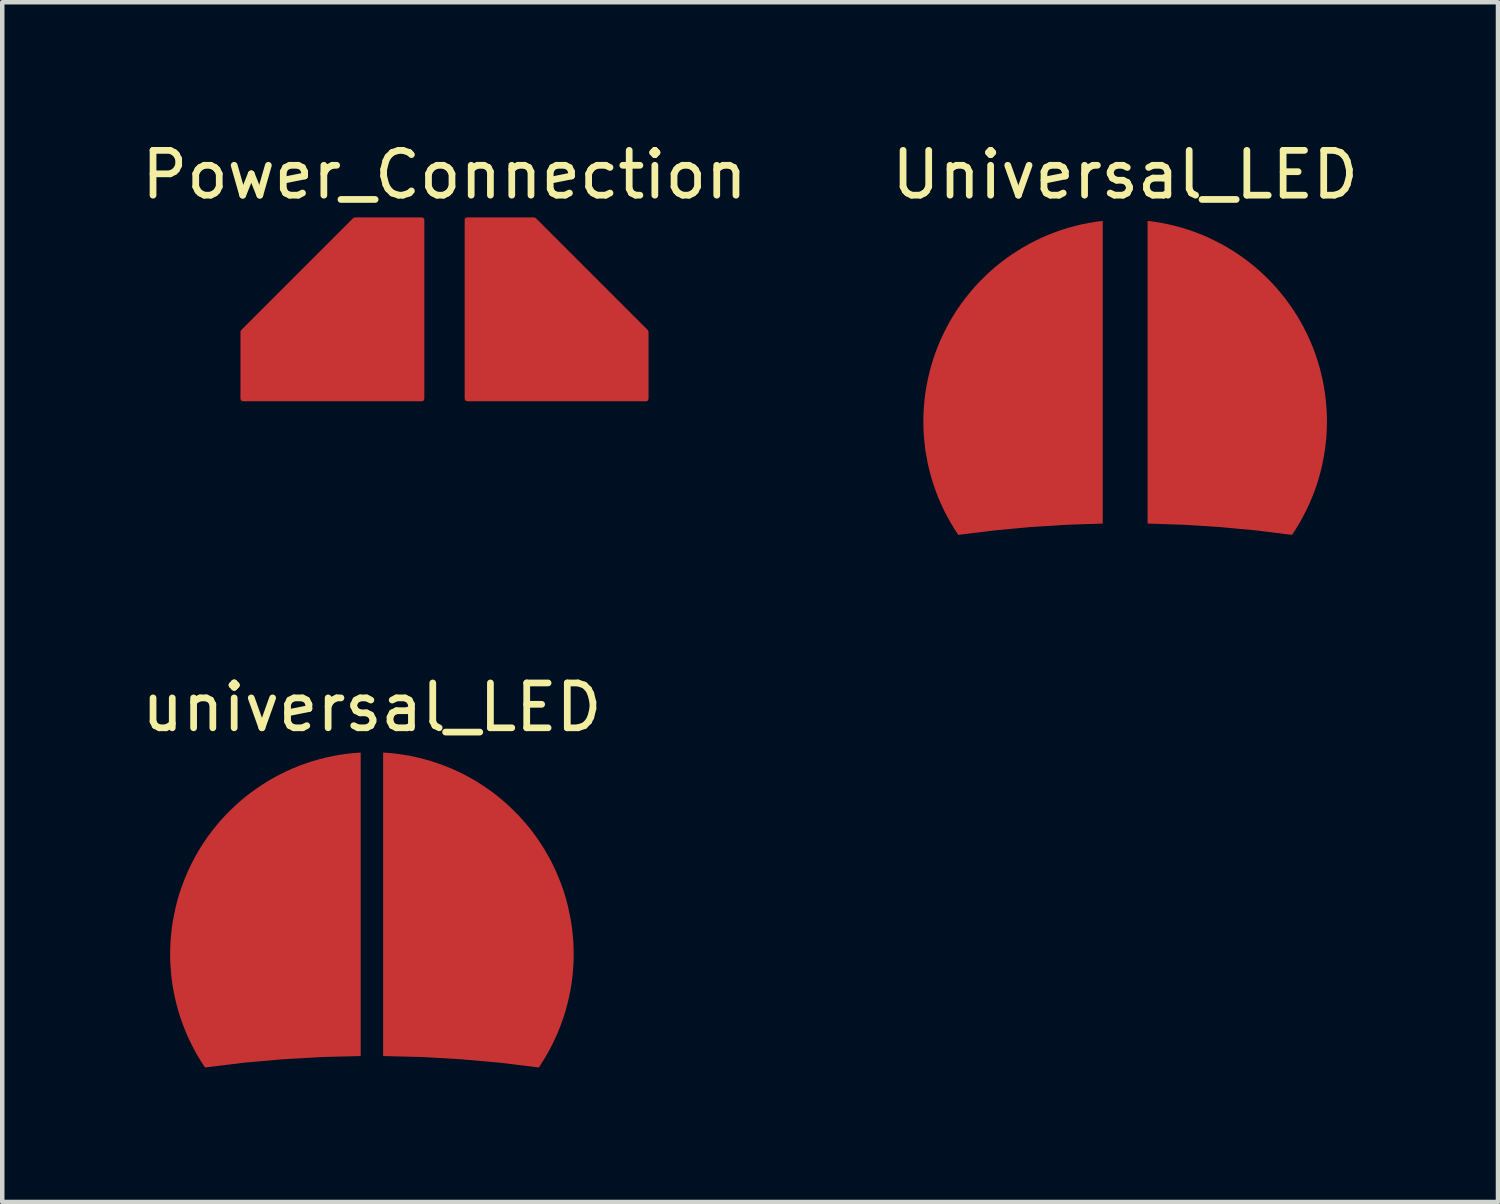
<source format=kicad_pcb>
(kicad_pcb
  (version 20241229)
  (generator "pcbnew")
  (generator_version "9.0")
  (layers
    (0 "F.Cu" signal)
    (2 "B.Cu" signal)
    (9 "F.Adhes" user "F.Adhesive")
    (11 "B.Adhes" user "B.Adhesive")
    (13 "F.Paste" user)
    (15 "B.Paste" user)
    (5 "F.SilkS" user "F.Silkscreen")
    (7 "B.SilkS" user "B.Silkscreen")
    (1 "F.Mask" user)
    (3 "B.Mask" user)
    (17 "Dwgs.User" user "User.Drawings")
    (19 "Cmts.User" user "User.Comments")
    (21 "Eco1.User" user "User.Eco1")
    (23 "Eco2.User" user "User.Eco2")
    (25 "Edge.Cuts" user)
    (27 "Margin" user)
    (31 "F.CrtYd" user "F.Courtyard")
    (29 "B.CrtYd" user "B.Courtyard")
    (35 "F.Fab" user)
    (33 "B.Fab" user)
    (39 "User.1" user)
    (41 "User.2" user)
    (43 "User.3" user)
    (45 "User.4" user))
  (footprint "universal_LED"
    (layer "F.Cu")
    (at 5.244 18.226)
    (property "Reference" "universal_LED" (at 0 -5.5 0) (layer "F.SilkS") (effects (font (size 1 1) (thickness 0.15))))
    (attr smd)
    (pad "1" smd custom (at -1.25 0) (size 2 2) (layers "F.Cu" "F.Mask" "F.Paste") (options (anchor rect)) (primitives (gr_poly (pts (xy 0.845 -4.482) (xy 0.69 -4.465) (xy 0.535 -4.443) (xy 0.382 -4.416) (xy 0.23 -4.383) (xy 0.079 -4.345) (xy -0.071 -4.302) (xy -0.219 -4.253) (xy -0.366 -4.2) (xy -0.51 -4.142) (xy -0.652 -4.078) (xy -0.792 -4.01) (xy -0.93 -3.937) (xy -1.065 -3.859) (xy -1.197 -3.776) (xy -1.326 -3.689) (xy -1.453 -3.598) (xy -1.576 -3.502) (xy -1.695 -3.402) (xy -1.811 -3.298) (xy -1.923 -3.19) (xy -2.032 -3.079) (xy -2.137 -2.963) (xy -2.237 -2.844) (xy -2.334 -2.722) (xy -2.426 -2.596) (xy -2.513 -2.467) (xy -2.596 -2.336) (xy -2.675 -2.201) (xy -2.749 -2.064) (xy -2.818 -1.924) (xy -2.882 -1.782) (xy -2.941 -1.638) (xy -2.995 -1.492) (xy -3.045 -1.344) (xy -3.089 -1.195) (xy -3.127 -1.044) (xy -3.189 -0.738) (xy -3.212 -0.584) (xy -3.229 -0.429) (xy -3.242 -0.274) (xy -3.248 -0.118) (xy -3.25 0.037) (xy -3.246 0.193) (xy -3.236 0.349) (xy -3.222 0.504) (xy -3.202 0.658) (xy -3.176 0.812) (xy -3.145 0.965) (xy -3.109 1.116) (xy -3.068 1.267) (xy -3.022 1.415) (xy -2.97 1.562) (xy -2.913 1.708) (xy -2.852 1.851) (xy -2.785 1.992) (xy -2.714 2.13) (xy -2.638 2.266) (xy -2.557 2.399) (xy -2.472 2.53) (xy -1.607 2.424) (xy -0.74 2.347) (xy 0.129 2.297) (xy 1 2.275) (xy 1 -4.493)) (width 0) (fill yes))))
    (pad "2" smd custom (at 1.25 0) (size 2 2) (layers "F.Cu" "F.Mask" "F.Paste") (options (anchor rect)) (primitives (gr_poly (pts (xy -0.845 -4.482) (xy -0.69 -4.465) (xy -0.535 -4.443) (xy -0.382 -4.416) (xy -0.23 -4.383) (xy -0.079 -4.345) (xy 0.071 -4.302) (xy 0.219 -4.253) (xy 0.366 -4.2) (xy 0.51 -4.142) (xy 0.652 -4.078) (xy 0.792 -4.01) (xy 0.93 -3.937) (xy 1.065 -3.859) (xy 1.197 -3.776) (xy 1.326 -3.689) (xy 1.453 -3.598) (xy 1.576 -3.502) (xy 1.695 -3.402) (xy 1.811 -3.298) (xy 1.923 -3.19) (xy 2.032 -3.079) (xy 2.137 -2.963) (xy 2.237 -2.844) (xy 2.334 -2.722) (xy 2.426 -2.596) (xy 2.513 -2.467) (xy 2.596 -2.336) (xy 2.675 -2.201) (xy 2.749 -2.064) (xy 2.818 -1.924) (xy 2.882 -1.782) (xy 2.941 -1.638) (xy 2.995 -1.492) (xy 3.045 -1.344) (xy 3.089 -1.195) (xy 3.127 -1.044) (xy 3.189 -0.738) (xy 3.212 -0.584) (xy 3.229 -0.429) (xy 3.242 -0.274) (xy 3.248 -0.118) (xy 3.25 0.037) (xy 3.246 0.193) (xy 3.236 0.349) (xy 3.222 0.504) (xy 3.202 0.658) (xy 3.176 0.812) (xy 3.145 0.965) (xy 3.109 1.116) (xy 3.068 1.267) (xy 3.022 1.415) (xy 2.97 1.562) (xy 2.913 1.708) (xy 2.852 1.851) (xy 2.785 1.992) (xy 2.714 2.13) (xy 2.638 2.266) (xy 2.557 2.399) (xy 2.472 2.53) (xy 1.607 2.424) (xy 0.74 2.347) (xy -0.129 2.297) (xy -1 2.275) (xy -1 -4.493)) (width 0) (fill yes)))))
  (footprint "Universal_LED"
    (layer "F.Cu")
    (at 22.042 6.348)
    (property "Reference" "Universal_LED" (at 0 -5.5 0) (layer "F.SilkS") (effects (font (size 1 1) (thickness 0.15))))
    (attr smd)
    (pad "1" smd custom (at -2 -1) (size 2 2) (layers "F.Cu" "F.Mask" "F.Paste") (options (anchor rect)) (primitives (gr_poly (pts (xy 1.5 3.278) (xy 0.692 3.305) (xy -0.115 3.356) (xy -0.919 3.431) (xy -1.722 3.53) (xy -1.808 3.398) (xy -1.889 3.264) (xy -1.965 3.127) (xy -2.037 2.988) (xy -2.104 2.846) (xy -2.166 2.702) (xy -2.223 2.556) (xy -2.274 2.408) (xy -2.321 2.258) (xy -2.362 2.106) (xy -2.398 1.954) (xy -2.428 1.8) (xy -2.454 1.645) (xy -2.473 1.489) (xy -2.488 1.333) (xy -2.497 1.177) (xy -2.5 1.02) (xy -2.498 0.863) (xy -2.49 0.706) (xy -2.477 0.55) (xy -2.459 0.394) (xy -2.435 0.239) (xy -2.406 0.085) (xy -2.371 -0.068) (xy -2.332 -0.219) (xy -2.287 -0.37) (xy -2.236 -0.518) (xy -2.181 -0.665) (xy -2.12 -0.81) (xy -2.055 -0.952) (xy -1.984 -1.092) (xy -1.909 -1.23) (xy -1.829 -1.365) (xy -1.744 -1.497) (xy -1.655 -1.625) (xy -1.561 -1.751) (xy -1.463 -1.874) (xy -1.361 -1.993) (xy -1.254 -2.108) (xy -1.144 -2.219) (xy -1.03 -2.327) (xy -0.912 -2.431) (xy -0.791 -2.53) (xy -0.666 -2.625) (xy -0.538 -2.716) (xy -0.407 -2.802) (xy -0.273 -2.884) (xy -0.137 -2.96) (xy 0.003 -3.032) (xy 0.144 -3.1) (xy 0.288 -3.162) (xy 0.434 -3.219) (xy 0.582 -3.271) (xy 0.732 -3.318) (xy 0.883 -3.359) (xy 1.036 -3.396) (xy 1.19 -3.426) (xy 1.344 -3.452) (xy 1.5 -3.472)) (width 0) (fill yes))))
    (pad "2" smd custom (at 2 -1) (size 2 2) (layers "F.Cu" "F.Mask" "F.Paste") (options (anchor rect)) (primitives (gr_poly (pts (xy -1.5 3.278) (xy -0.692 3.305) (xy 0.115 3.356) (xy 0.919 3.431) (xy 1.722 3.53) (xy 1.808 3.398) (xy 1.889 3.264) (xy 1.965 3.127) (xy 2.037 2.988) (xy 2.104 2.846) (xy 2.166 2.702) (xy 2.223 2.556) (xy 2.274 2.408) (xy 2.321 2.258) (xy 2.362 2.106) (xy 2.398 1.954) (xy 2.428 1.8) (xy 2.454 1.645) (xy 2.473 1.489) (xy 2.488 1.333) (xy 2.497 1.177) (xy 2.5 1.02) (xy 2.498 0.863) (xy 2.49 0.706) (xy 2.477 0.55) (xy 2.459 0.394) (xy 2.435 0.239) (xy 2.406 0.085) (xy 2.371 -0.068) (xy 2.332 -0.219) (xy 2.287 -0.37) (xy 2.236 -0.518) (xy 2.181 -0.665) (xy 2.12 -0.81) (xy 2.055 -0.952) (xy 1.984 -1.092) (xy 1.909 -1.23) (xy 1.829 -1.365) (xy 1.744 -1.497) (xy 1.655 -1.625) (xy 1.561 -1.751) (xy 1.463 -1.874) (xy 1.361 -1.993) (xy 1.254 -2.108) (xy 1.144 -2.219) (xy 1.03 -2.327) (xy 0.912 -2.431) (xy 0.791 -2.53) (xy 0.666 -2.625) (xy 0.538 -2.716) (xy 0.407 -2.802) (xy 0.273 -2.884) (xy 0.137 -2.96) (xy -0.003 -3.032) (xy -0.144 -3.1) (xy -0.288 -3.162) (xy -0.434 -3.219) (xy -0.582 -3.271) (xy -0.732 -3.318) (xy -0.883 -3.359) (xy -1.036 -3.396) (xy -1.19 -3.426) (xy -1.344 -3.452) (xy -1.5 -3.472)) (width 0) (fill yes)))))
  (footprint "Power_Connection"
    (layer "F.Cu")
    (at 6.863 5.848)
    (property "Reference" "Power_Connection" (at 0 -5 0) (layer "F.SilkS") (effects (font (size 1 1) (thickness 0.15))))
    (attr through_hole)
    (pad "1" smd custom (at 1.5 -1.5) (size 2 2) (layers "F.Cu" "F.Mask" "F.Paste") (options (anchor rect)) (primitives (gr_poly (pts (xy 3 0) (xy 3 1.5) (xy -1 1.5) (xy -1 -2.5) (xy 0.5 -2.5)) (width 0.1) (fill yes))))
    (pad "2" smd custom (at -1.5 -1.5) (size 2 2) (layers "F.Cu" "F.Mask" "F.Paste") (options (anchor rect)) (primitives (gr_poly (pts (xy -0.5 -2.5) (xy 1 -2.5) (xy 1 1.5) (xy -3 1.5) (xy -3 0)) (width 0.1) (fill yes)))))
  (gr_rect
    (start -3 -3)
    (end 30.357 23.756)
    (stroke (width 0.1) (type default))
    (fill no)
    (layer "Edge.Cuts")))
</source>
